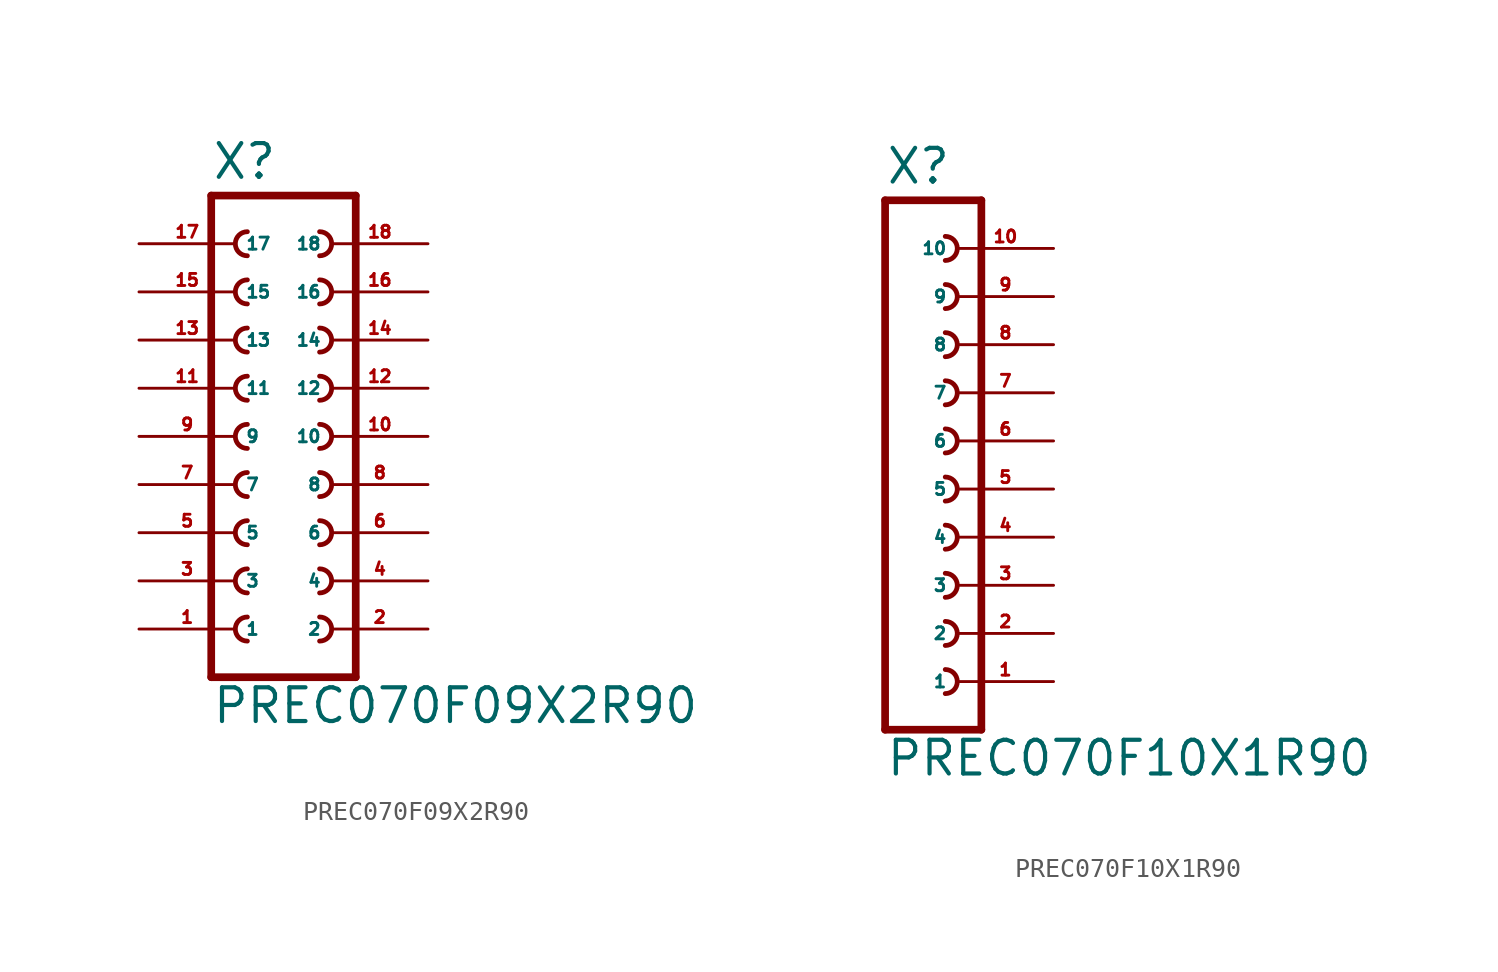
<source format=kicad_sym>
(kicad_symbol_lib
  (version 20220914)
  (generator Eagle2Kicad)
  (symbol "PREC070F09X2R90"
    (property "Reference" "X"
      (at -3.81 13.462 0)
      (effects (font (size 1.778 1.778) (thickness 0.22)) (justify left bottom)))
    (property "Value" "PREC070F09X2R90"
      (at -3.81 -15.24 0)
      (effects (font (size 1.778 1.778) (thickness 0.22)) (justify left bottom)))
    (polyline
      (pts (xy 3.81 -12.7) (xy -3.81 -12.7))
      (stroke (width 0.406) (type default))
      (fill (type none)))
    (arc
      (start -1.905 -4.445)
      (mid -2.540 -5.080)
      (end -1.905 -5.715)
      (stroke (width 0.254) (type default))
      (fill (type none)))
    (arc
      (start -1.905 -6.985)
      (mid -2.540 -7.620)
      (end -1.905 -8.255)
      (stroke (width 0.254) (type default))
      (fill (type none)))
    (arc
      (start -1.905 -9.525)
      (mid -2.540 -10.160)
      (end -1.905 -10.795)
      (stroke (width 0.254) (type default))
      (fill (type none)))
    (arc
      (start 1.905 -5.715)
      (mid 2.540 -5.080)
      (end 1.905 -4.445)
      (stroke (width 0.254) (type default))
      (fill (type none)))
    (arc
      (start 1.905 -8.255)
      (mid 2.540 -7.620)
      (end 1.905 -6.985)
      (stroke (width 0.254) (type default))
      (fill (type none)))
    (arc
      (start 1.905 -10.795)
      (mid 2.540 -10.160)
      (end 1.905 -9.525)
      (stroke (width 0.254) (type default))
      (fill (type none)))
    (arc
      (start -1.905 0.635)
      (mid -2.540 0.000)
      (end -1.905 -0.635)
      (stroke (width 0.254) (type default))
      (fill (type none)))
    (arc
      (start -1.905 -1.905)
      (mid -2.540 -2.540)
      (end -1.905 -3.175)
      (stroke (width 0.254) (type default))
      (fill (type none)))
    (arc
      (start 1.905 -0.635)
      (mid 2.540 0.000)
      (end 1.905 0.635)
      (stroke (width 0.254) (type default))
      (fill (type none)))
    (arc
      (start 1.905 -3.175)
      (mid 2.540 -2.540)
      (end 1.905 -1.905)
      (stroke (width 0.254) (type default))
      (fill (type none)))
    (arc
      (start -1.905 8.255)
      (mid -2.540 7.620)
      (end -1.905 6.985)
      (stroke (width 0.254) (type default))
      (fill (type none)))
    (arc
      (start -1.905 5.715)
      (mid -2.540 5.080)
      (end -1.905 4.445)
      (stroke (width 0.254) (type default))
      (fill (type none)))
    (arc
      (start -1.905 3.175)
      (mid -2.540 2.540)
      (end -1.905 1.905)
      (stroke (width 0.254) (type default))
      (fill (type none)))
    (arc
      (start 1.905 6.985)
      (mid 2.540 7.620)
      (end 1.905 8.255)
      (stroke (width 0.254) (type default))
      (fill (type none)))
    (arc
      (start 1.905 4.445)
      (mid 2.540 5.080)
      (end 1.905 5.715)
      (stroke (width 0.254) (type default))
      (fill (type none)))
    (arc
      (start 1.905 1.905)
      (mid 2.540 2.540)
      (end 1.905 3.175)
      (stroke (width 0.254) (type default))
      (fill (type none)))
    (polyline
      (pts (xy -3.81 12.7) (xy -3.81 -12.7))
      (stroke (width 0.406) (type default))
      (fill (type none)))
    (polyline
      (pts (xy 3.81 -12.7) (xy 3.81 12.7))
      (stroke (width 0.406) (type default))
      (fill (type none)))
    (polyline
      (pts (xy -3.81 12.7) (xy 3.81 12.7))
      (stroke (width 0.406) (type default))
      (fill (type none)))
    (arc
      (start -1.905 10.795)
      (mid -2.540 10.160)
      (end -1.905 9.525)
      (stroke (width 0.254) (type default))
      (fill (type none)))
    (arc
      (start 1.905 9.525)
      (mid 2.540 10.160)
      (end 1.905 10.795)
      (stroke (width 0.254) (type default))
      (fill (type none)))
    (pin passive line
      (at -7.62 -10.16 0)
      (length 5.08)
      (name "1" (effects (font (size 0.635 0.635) (thickness 0.08)) (justify left bottom)))
      (number "1" (effects (font (size 0.635 0.635) (thickness 0.08)) (justify left bottom))))
    (pin passive line
      (at -7.62 -7.62 0)
      (length 5.08)
      (name "3" (effects (font (size 0.635 0.635) (thickness 0.08)) (justify left bottom)))
      (number "3" (effects (font (size 0.635 0.635) (thickness 0.08)) (justify left bottom))))
    (pin passive line
      (at -7.62 -5.08 0)
      (length 5.08)
      (name "5" (effects (font (size 0.635 0.635) (thickness 0.08)) (justify left bottom)))
      (number "5" (effects (font (size 0.635 0.635) (thickness 0.08)) (justify left bottom))))
    (pin passive line
      (at 7.62 -10.16 180)
      (length 5.08)
      (name "2" (effects (font (size 0.635 0.635) (thickness 0.08)) (justify left bottom)))
      (number "2" (effects (font (size 0.635 0.635) (thickness 0.08)) (justify left bottom))))
    (pin passive line
      (at 7.62 -7.62 180)
      (length 5.08)
      (name "4" (effects (font (size 0.635 0.635) (thickness 0.08)) (justify left bottom)))
      (number "4" (effects (font (size 0.635 0.635) (thickness 0.08)) (justify left bottom))))
    (pin passive line
      (at 7.62 -5.08 180)
      (length 5.08)
      (name "6" (effects (font (size 0.635 0.635) (thickness 0.08)) (justify left bottom)))
      (number "6" (effects (font (size 0.635 0.635) (thickness 0.08)) (justify left bottom))))
    (pin passive line
      (at -7.62 -2.54 0)
      (length 5.08)
      (name "7" (effects (font (size 0.635 0.635) (thickness 0.08)) (justify left bottom)))
      (number "7" (effects (font (size 0.635 0.635) (thickness 0.08)) (justify left bottom))))
    (pin passive line
      (at -7.62 0 0)
      (length 5.08)
      (name "9" (effects (font (size 0.635 0.635) (thickness 0.08)) (justify left bottom)))
      (number "9" (effects (font (size 0.635 0.635) (thickness 0.08)) (justify left bottom))))
    (pin passive line
      (at 7.62 -2.54 180)
      (length 5.08)
      (name "8" (effects (font (size 0.635 0.635) (thickness 0.08)) (justify left bottom)))
      (number "8" (effects (font (size 0.635 0.635) (thickness 0.08)) (justify left bottom))))
    (pin passive line
      (at 7.62 0 180)
      (length 5.08)
      (name "10" (effects (font (size 0.635 0.635) (thickness 0.08)) (justify left bottom)))
      (number "10" (effects (font (size 0.635 0.635) (thickness 0.08)) (justify left bottom))))
    (pin passive line
      (at -7.62 2.54 0)
      (length 5.08)
      (name "11" (effects (font (size 0.635 0.635) (thickness 0.08)) (justify left bottom)))
      (number "11" (effects (font (size 0.635 0.635) (thickness 0.08)) (justify left bottom))))
    (pin passive line
      (at -7.62 5.08 0)
      (length 5.08)
      (name "13" (effects (font (size 0.635 0.635) (thickness 0.08)) (justify left bottom)))
      (number "13" (effects (font (size 0.635 0.635) (thickness 0.08)) (justify left bottom))))
    (pin passive line
      (at -7.62 7.62 0)
      (length 5.08)
      (name "15" (effects (font (size 0.635 0.635) (thickness 0.08)) (justify left bottom)))
      (number "15" (effects (font (size 0.635 0.635) (thickness 0.08)) (justify left bottom))))
    (pin passive line
      (at 7.62 2.54 180)
      (length 5.08)
      (name "12" (effects (font (size 0.635 0.635) (thickness 0.08)) (justify left bottom)))
      (number "12" (effects (font (size 0.635 0.635) (thickness 0.08)) (justify left bottom))))
    (pin passive line
      (at 7.62 5.08 180)
      (length 5.08)
      (name "14" (effects (font (size 0.635 0.635) (thickness 0.08)) (justify left bottom)))
      (number "14" (effects (font (size 0.635 0.635) (thickness 0.08)) (justify left bottom))))
    (pin passive line
      (at 7.62 7.62 180)
      (length 5.08)
      (name "16" (effects (font (size 0.635 0.635) (thickness 0.08)) (justify left bottom)))
      (number "16" (effects (font (size 0.635 0.635) (thickness 0.08)) (justify left bottom))))
    (pin passive line
      (at -7.62 10.16 0)
      (length 5.08)
      (name "17" (effects (font (size 0.635 0.635) (thickness 0.08)) (justify left bottom)))
      (number "17" (effects (font (size 0.635 0.635) (thickness 0.08)) (justify left bottom))))
    (pin passive line
      (at 7.62 10.16 180)
      (length 5.08)
      (name "18" (effects (font (size 0.635 0.635) (thickness 0.08)) (justify left bottom)))
      (number "18" (effects (font (size 0.635 0.635) (thickness 0.08)) (justify left bottom)))))
  (symbol "PREC070F10X1R90"
    (property "Reference" "X"
      (at -1.27 16.002 0)
      (effects (font (size 1.778 1.778) (thickness 0.22)) (justify left bottom)))
    (property "Value" "PREC070F10X1R90"
      (at -1.27 -15.24 0)
      (effects (font (size 1.778 1.778) (thickness 0.22)) (justify left bottom)))
    (polyline
      (pts (xy 3.81 -12.7) (xy -1.27 -12.7))
      (stroke (width 0.406) (type default))
      (fill (type none)))
    (arc
      (start 1.905 -5.715)
      (mid 2.540 -5.080)
      (end 1.905 -4.445)
      (stroke (width 0.254) (type default))
      (fill (type none)))
    (arc
      (start 1.905 -8.255)
      (mid 2.540 -7.620)
      (end 1.905 -6.985)
      (stroke (width 0.254) (type default))
      (fill (type none)))
    (arc
      (start 1.905 -10.795)
      (mid 2.540 -10.160)
      (end 1.905 -9.525)
      (stroke (width 0.254) (type default))
      (fill (type none)))
    (arc
      (start 1.905 -0.635)
      (mid 2.540 0.000)
      (end 1.905 0.635)
      (stroke (width 0.254) (type default))
      (fill (type none)))
    (arc
      (start 1.905 -3.175)
      (mid 2.540 -2.540)
      (end 1.905 -1.905)
      (stroke (width 0.254) (type default))
      (fill (type none)))
    (arc
      (start 1.905 6.985)
      (mid 2.540 7.620)
      (end 1.905 8.255)
      (stroke (width 0.254) (type default))
      (fill (type none)))
    (arc
      (start 1.905 4.445)
      (mid 2.540 5.080)
      (end 1.905 5.715)
      (stroke (width 0.254) (type default))
      (fill (type none)))
    (arc
      (start 1.905 1.905)
      (mid 2.540 2.540)
      (end 1.905 3.175)
      (stroke (width 0.254) (type default))
      (fill (type none)))
    (polyline
      (pts (xy -1.27 15.24) (xy -1.27 -12.7))
      (stroke (width 0.406) (type default))
      (fill (type none)))
    (polyline
      (pts (xy 3.81 -12.7) (xy 3.81 15.24))
      (stroke (width 0.406) (type default))
      (fill (type none)))
    (polyline
      (pts (xy -1.27 15.24) (xy 3.81 15.24))
      (stroke (width 0.406) (type default))
      (fill (type none)))
    (arc
      (start 1.905 12.065)
      (mid 2.540 12.700)
      (end 1.905 13.335)
      (stroke (width 0.254) (type default))
      (fill (type none)))
    (arc
      (start 1.905 9.525)
      (mid 2.540 10.160)
      (end 1.905 10.795)
      (stroke (width 0.254) (type default))
      (fill (type none)))
    (pin passive line
      (at 7.62 -10.16 180)
      (length 5.08)
      (name "1" (effects (font (size 0.635 0.635) (thickness 0.08)) (justify left bottom)))
      (number "1" (effects (font (size 0.635 0.635) (thickness 0.08)) (justify left bottom))))
    (pin passive line
      (at 7.62 -7.62 180)
      (length 5.08)
      (name "2" (effects (font (size 0.635 0.635) (thickness 0.08)) (justify left bottom)))
      (number "2" (effects (font (size 0.635 0.635) (thickness 0.08)) (justify left bottom))))
    (pin passive line
      (at 7.62 -5.08 180)
      (length 5.08)
      (name "3" (effects (font (size 0.635 0.635) (thickness 0.08)) (justify left bottom)))
      (number "3" (effects (font (size 0.635 0.635) (thickness 0.08)) (justify left bottom))))
    (pin passive line
      (at 7.62 -2.54 180)
      (length 5.08)
      (name "4" (effects (font (size 0.635 0.635) (thickness 0.08)) (justify left bottom)))
      (number "4" (effects (font (size 0.635 0.635) (thickness 0.08)) (justify left bottom))))
    (pin passive line
      (at 7.62 0 180)
      (length 5.08)
      (name "5" (effects (font (size 0.635 0.635) (thickness 0.08)) (justify left bottom)))
      (number "5" (effects (font (size 0.635 0.635) (thickness 0.08)) (justify left bottom))))
    (pin passive line
      (at 7.62 2.54 180)
      (length 5.08)
      (name "6" (effects (font (size 0.635 0.635) (thickness 0.08)) (justify left bottom)))
      (number "6" (effects (font (size 0.635 0.635) (thickness 0.08)) (justify left bottom))))
    (pin passive line
      (at 7.62 5.08 180)
      (length 5.08)
      (name "7" (effects (font (size 0.635 0.635) (thickness 0.08)) (justify left bottom)))
      (number "7" (effects (font (size 0.635 0.635) (thickness 0.08)) (justify left bottom))))
    (pin passive line
      (at 7.62 7.62 180)
      (length 5.08)
      (name "8" (effects (font (size 0.635 0.635) (thickness 0.08)) (justify left bottom)))
      (number "8" (effects (font (size 0.635 0.635) (thickness 0.08)) (justify left bottom))))
    (pin passive line
      (at 7.62 10.16 180)
      (length 5.08)
      (name "9" (effects (font (size 0.635 0.635) (thickness 0.08)) (justify left bottom)))
      (number "9" (effects (font (size 0.635 0.635) (thickness 0.08)) (justify left bottom))))
    (pin passive line
      (at 7.62 12.7 180)
      (length 5.08)
      (name "10" (effects (font (size 0.635 0.635) (thickness 0.08)) (justify left bottom)))
      (number "10" (effects (font (size 0.635 0.635) (thickness 0.08)) (justify left bottom))))))
</source>
